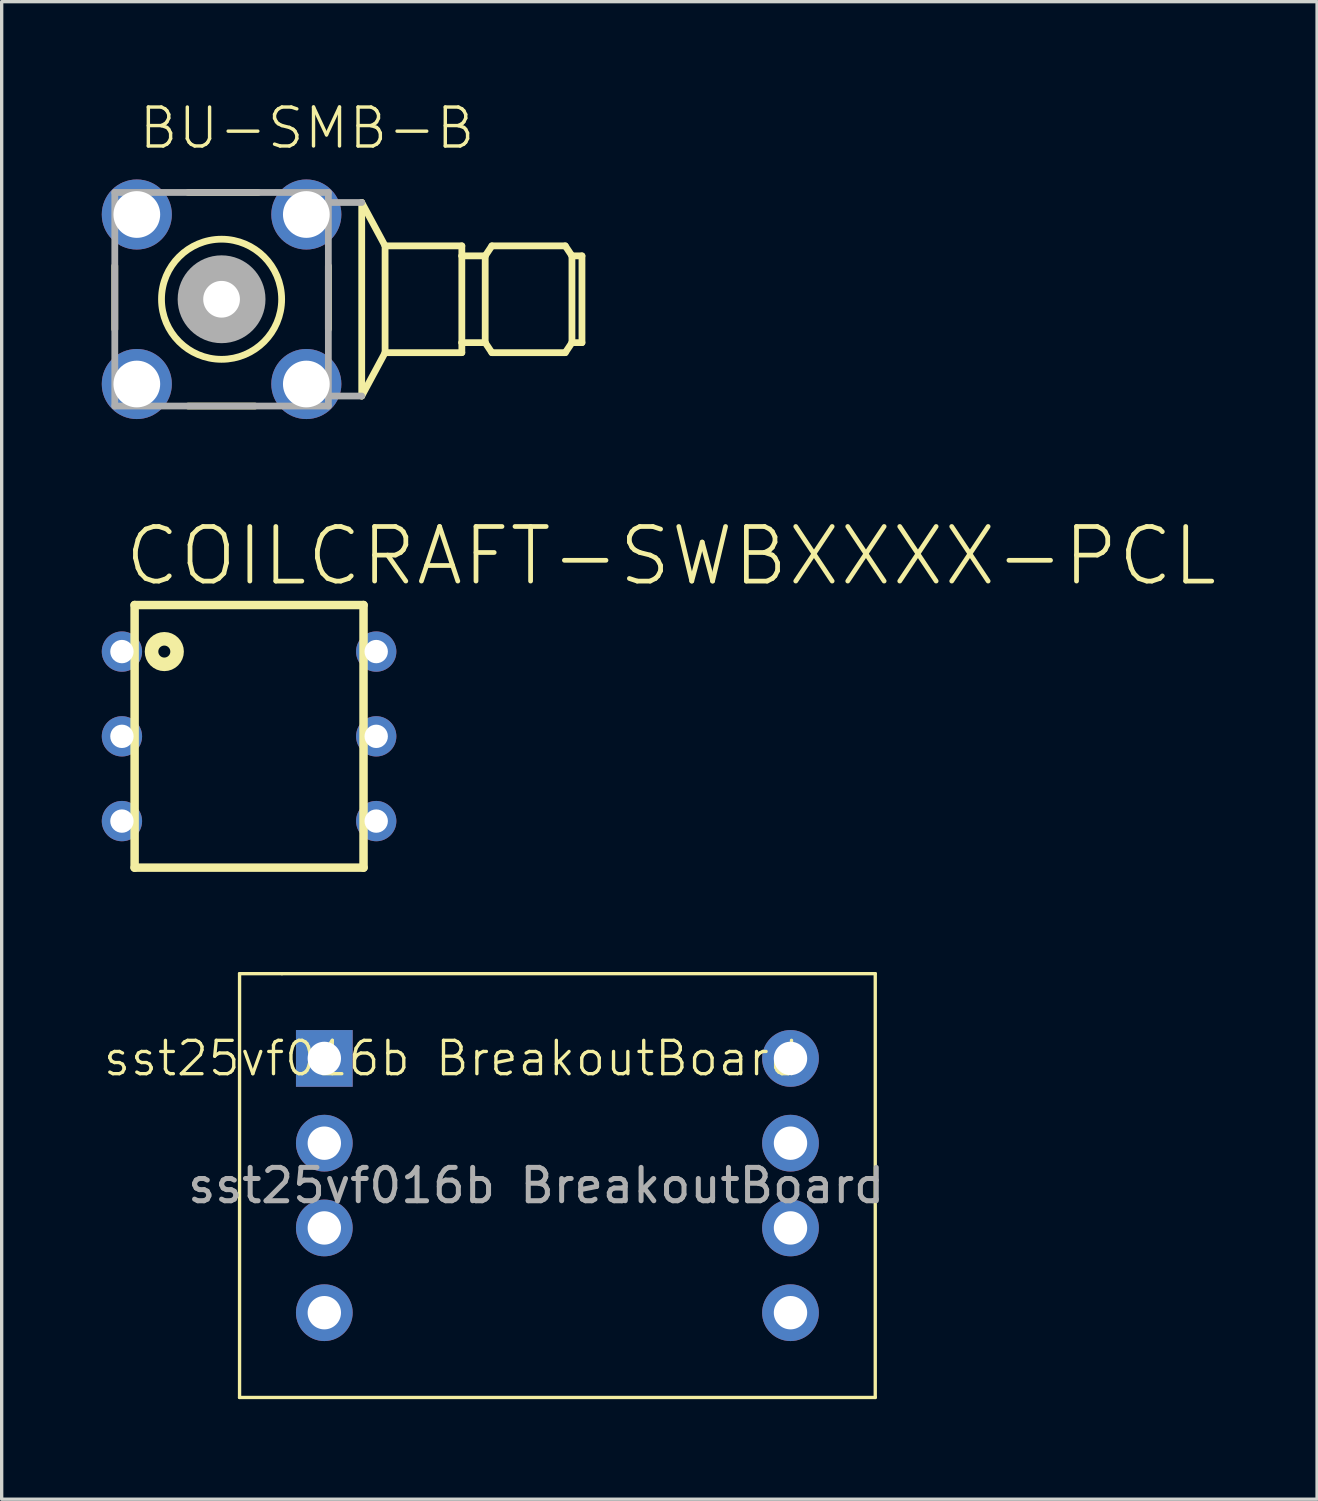
<source format=kicad_pcb>
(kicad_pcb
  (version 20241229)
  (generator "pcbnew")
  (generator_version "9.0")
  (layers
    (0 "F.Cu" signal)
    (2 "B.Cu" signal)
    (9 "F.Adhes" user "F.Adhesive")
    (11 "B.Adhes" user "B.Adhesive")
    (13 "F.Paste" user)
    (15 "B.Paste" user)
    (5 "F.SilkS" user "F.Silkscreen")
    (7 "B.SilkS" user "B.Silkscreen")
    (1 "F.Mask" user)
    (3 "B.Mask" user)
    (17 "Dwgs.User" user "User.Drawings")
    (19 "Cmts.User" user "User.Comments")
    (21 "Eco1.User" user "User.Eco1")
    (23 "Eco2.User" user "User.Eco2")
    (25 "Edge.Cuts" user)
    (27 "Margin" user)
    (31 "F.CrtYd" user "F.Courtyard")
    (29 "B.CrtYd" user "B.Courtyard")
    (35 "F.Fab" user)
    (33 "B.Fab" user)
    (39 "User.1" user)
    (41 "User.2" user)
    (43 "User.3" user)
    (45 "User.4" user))
  (footprint "sst25vf016b BreakoutBoard"
    (layer "F.Cu")
    (at 13.019 32.478)
    (property "Reference" "sst25vf016b BreakoutBoard" (at -2.54 -3.81 0) (unlocked yes) (layer "F.SilkS") (effects (font (size 1 1) (thickness 0.1))))
    (attr through_hole)
    (fp_line (start -8.89 -6.35) (end -7.62 -6.35) (stroke (width 0.1) (type default)) (layer "F.SilkS"))
    (fp_line (start -8.89 6.35) (end -8.89 -6.35) (stroke (width 0.1) (type default)) (layer "F.SilkS"))
    (fp_line (start -7.62 -6.35) (end 10.16 -6.35) (stroke (width 0.1) (type default)) (layer "F.SilkS"))
    (fp_line (start 10.16 -6.35) (end 10.16 6.35) (stroke (width 0.1) (type default)) (layer "F.SilkS"))
    (fp_line (start 10.16 6.35) (end -8.89 6.35) (stroke (width 0.1) (type default)) (layer "F.SilkS"))
    (fp_text user "${REFERENCE}" (at 0 0 0) (unlocked yes) (layer "F.Fab") (effects (font (size 1 1) (thickness 0.15))))
    (pad "1" thru_hole rect (at -6.35 -3.81 180) (size 1.7 1.7) (drill 1) (layers "*.Cu" "*.Mask"))
    (pad "2" thru_hole oval (at -6.35 -1.27 180) (size 1.7 1.7) (drill 1) (layers "*.Cu" "*.Mask"))
    (pad "3" thru_hole oval (at -6.35 1.27 180) (size 1.7 1.7) (drill 1) (layers "*.Cu" "*.Mask"))
    (pad "4" thru_hole oval (at -6.35 3.81 180) (size 1.7 1.7) (drill 1) (layers "*.Cu" "*.Mask"))
    (pad "5" thru_hole circle (at 7.62 3.81) (size 1.7 1.7) (drill 1) (layers "*.Cu" "*.Mask"))
    (pad "6" thru_hole oval (at 7.62 1.27) (size 1.7 1.7) (drill 1) (layers "*.Cu" "*.Mask"))
    (pad "7" thru_hole oval (at 7.62 -1.27) (size 1.7 1.7) (drill 1) (layers "*.Cu" "*.Mask"))
    (pad "8" thru_hole oval (at 7.62 -3.81) (size 1.7 1.7) (drill 1) (layers "*.Cu" "*.Mask")))
  (footprint "COILCRAFT-SWBXXXX-PCL"
    (layer "F.Cu")
    (at 4.414 19.016)
    (property "Reference" "COILCRAFT-SWBXXXX-PCL" (at -3.81 -4.445 0) (layer "F.SilkS") (effects (font (size 1.636 1.636) (thickness 0.142)) (justify left bottom)))
    (fp_line (start -3.43 -3.935) (end 3.43 -3.935) (stroke (width 0.254) (type solid)) (layer "F.SilkS"))
    (fp_line (start -3.43 3.935) (end -3.43 -3.935) (stroke (width 0.254) (type solid)) (layer "F.SilkS"))
    (fp_line (start -3.43 3.935) (end 3.43 3.935) (stroke (width 0.254) (type solid)) (layer "F.SilkS"))
    (fp_line (start 3.43 3.935) (end 3.43 -3.935) (stroke (width 0.254) (type solid)) (layer "F.SilkS"))
    (fp_circle (center -2.54 -2.54) (end -2.36 -2.54) (stroke (width 0.406) (type solid)) (fill no) (layer "F.SilkS"))
    (pad "P$1" thru_hole circle (at -3.81 -2.54) (size 1.208 1.208) (drill 0.7) (layers "*.Cu" "*.Mask"))
    (pad "P$2" thru_hole circle (at -3.81 0) (size 1.208 1.208) (drill 0.7) (layers "*.Cu" "*.Mask"))
    (pad "P$3" thru_hole circle (at -3.81 2.54) (size 1.208 1.208) (drill 0.7) (layers "*.Cu" "*.Mask"))
    (pad "P$4" thru_hole circle (at 3.81 2.54) (size 1.208 1.208) (drill 0.7) (layers "*.Cu" "*.Mask"))
    (pad "P$5" thru_hole circle (at 3.81 0) (size 1.208 1.208) (drill 0.7) (layers "*.Cu" "*.Mask"))
    (pad "P$6" thru_hole circle (at 3.81 -2.54) (size 1.208 1.208) (drill 0.7) (layers "*.Cu" "*.Mask")))
  (footprint "BU-SMB-B"
    (layer "F.Cu")
    (at 3.59 5.918)
    (property "Reference" "BU-SMB-B" (at -2.54 -4.445 0) (layer "F.SilkS") (effects (font (size 1.168 1.168) (thickness 0.102)) (justify left bottom)))
    (fp_line (start -3.2 0.9) (end -3.2 -1) (stroke (width 0.203) (type solid)) (layer "F.SilkS"))
    (fp_line (start -1 -3.2) (end 1.1 -3.2) (stroke (width 0.203) (type solid)) (layer "F.SilkS"))
    (fp_line (start 1 3.2) (end -1 3.2) (stroke (width 0.203) (type solid)) (layer "F.SilkS"))
    (fp_line (start 3.2 -1) (end 3.2 0.9) (stroke (width 0.203) (type solid)) (layer "F.SilkS"))
    (fp_line (start 4.2 -2.9) (end 4.2 2.9) (stroke (width 0.203) (type solid)) (layer "F.SilkS"))
    (fp_line (start 4.2 -2.9) (end 4.9 -1.6) (stroke (width 0.203) (type solid)) (layer "F.SilkS"))
    (fp_line (start 4.9 -1.6) (end 4.9 1.6) (stroke (width 0.203) (type solid)) (layer "F.SilkS"))
    (fp_line (start 4.9 -1.6) (end 7.2 -1.6) (stroke (width 0.203) (type solid)) (layer "F.SilkS"))
    (fp_line (start 4.9 1.6) (end 4.2 2.9) (stroke (width 0.203) (type solid)) (layer "F.SilkS"))
    (fp_line (start 7.2 -1.6) (end 7.2 -1.3) (stroke (width 0.203) (type solid)) (layer "F.SilkS"))
    (fp_line (start 7.2 -1.3) (end 7.2 1.3) (stroke (width 0.203) (type solid)) (layer "F.SilkS"))
    (fp_line (start 7.2 -1.3) (end 7.9 -1.3) (stroke (width 0.203) (type solid)) (layer "F.SilkS"))
    (fp_line (start 7.2 1.3) (end 7.2 1.6) (stroke (width 0.203) (type solid)) (layer "F.SilkS"))
    (fp_line (start 7.2 1.3) (end 7.9 1.3) (stroke (width 0.203) (type solid)) (layer "F.SilkS"))
    (fp_line (start 7.2 1.6) (end 4.9 1.6) (stroke (width 0.203) (type solid)) (layer "F.SilkS"))
    (fp_line (start 7.9 -1.3) (end 7.9 1.3) (stroke (width 0.203) (type solid)) (layer "F.SilkS"))
    (fp_line (start 7.9 1.3) (end 8.1 1.6) (stroke (width 0.203) (type solid)) (layer "F.SilkS"))
    (fp_line (start 8.1 -1.6) (end 7.9 -1.3) (stroke (width 0.203) (type solid)) (layer "F.SilkS"))
    (fp_line (start 8.1 1.6) (end 10.3 1.6) (stroke (width 0.203) (type solid)) (layer "F.SilkS"))
    (fp_line (start 10.3 -1.6) (end 8.1 -1.6) (stroke (width 0.203) (type solid)) (layer "F.SilkS"))
    (fp_line (start 10.3 -1.6) (end 10.5 -1.3) (stroke (width 0.203) (type solid)) (layer "F.SilkS"))
    (fp_line (start 10.5 -1.3) (end 10.5 1.3) (stroke (width 0.203) (type solid)) (layer "F.SilkS"))
    (fp_line (start 10.5 -1.3) (end 10.8 -1.3) (stroke (width 0.203) (type solid)) (layer "F.SilkS"))
    (fp_line (start 10.5 1.3) (end 10.3 1.6) (stroke (width 0.203) (type solid)) (layer "F.SilkS"))
    (fp_line (start 10.5 1.3) (end 10.8 1.3) (stroke (width 0.203) (type solid)) (layer "F.SilkS"))
    (fp_line (start 10.8 1.3) (end 10.8 -1.3) (stroke (width 0.203) (type solid)) (layer "F.SilkS"))
    (fp_circle (center 0 0) (end 1.8 0) (stroke (width 0.203) (type solid)) (fill no) (layer "F.SilkS"))
    (fp_line (start -3.2 3.2) (end 3.2 3.2) (stroke (width 0.203) (type solid)) (layer "F.Fab"))
    (fp_line (start -3.2 -3.2) (end -3.2 3.2) (stroke (width 0.203) (type solid)) (layer "F.Fab"))
    (fp_line (start 3.2 3.2) (end 3.2 -3.2) (stroke (width 0.203) (type solid)) (layer "F.Fab"))
    (fp_line (start 3.2 -3.2) (end -3.2 -3.2) (stroke (width 0.203) (type solid)) (layer "F.Fab"))
    (fp_line (start 3.3 -2.9) (end 4.2 -2.9) (stroke (width 0.203) (type solid)) (layer "F.Fab"))
    (fp_line (start 4.2 2.9) (end 3.3 2.9) (stroke (width 0.203) (type solid)) (layer "F.Fab"))
    (fp_circle (center 0 0) (end 0.3 0) (stroke (width 1.016) (type solid)) (fill no) (layer "F.Fab"))
    (pad "1" thru_hole circle (at 0 0) (size 1.65 1.65) (drill 1.1) (layers "*.Cu" "*.Mask"))
    (pad "2" thru_hole circle (at -2.54 -2.54) (size 2.1 2.1) (drill 1.4) (layers "*.Cu" "*.Mask"))
    (pad "2" thru_hole circle (at -2.54 2.54) (size 2.1 2.1) (drill 1.4) (layers "*.Cu" "*.Mask"))
    (pad "2" thru_hole circle (at 2.54 -2.54) (size 2.1 2.1) (drill 1.4) (layers "*.Cu" "*.Mask"))
    (pad "2" thru_hole circle (at 2.54 2.54) (size 2.1 2.1) (drill 1.4) (layers "*.Cu" "*.Mask")))
  (gr_rect
    (start -3 -3)
    (end 36.419 41.878)
    (stroke (width 0.1) (type default))
    (fill no)
    (layer "Edge.Cuts")))
</source>
